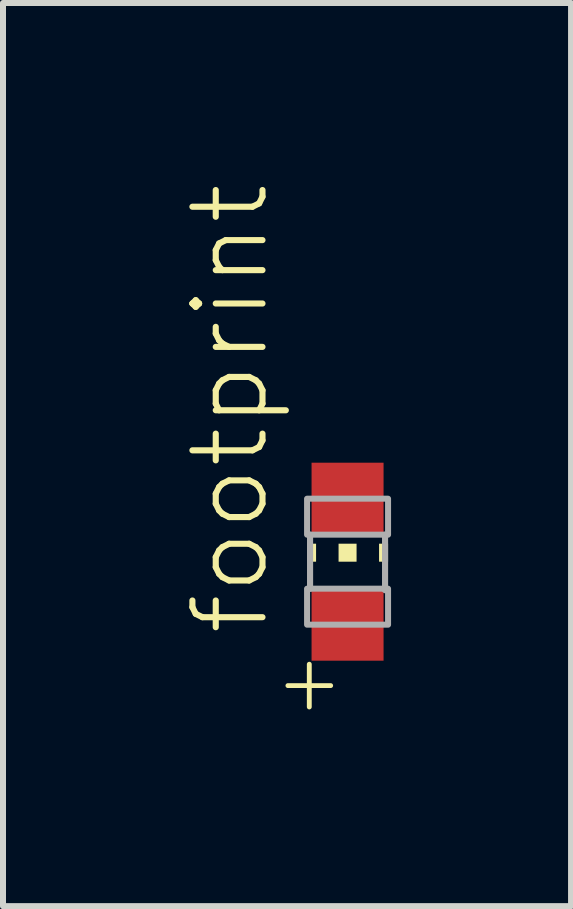
<source format=kicad_pcb>
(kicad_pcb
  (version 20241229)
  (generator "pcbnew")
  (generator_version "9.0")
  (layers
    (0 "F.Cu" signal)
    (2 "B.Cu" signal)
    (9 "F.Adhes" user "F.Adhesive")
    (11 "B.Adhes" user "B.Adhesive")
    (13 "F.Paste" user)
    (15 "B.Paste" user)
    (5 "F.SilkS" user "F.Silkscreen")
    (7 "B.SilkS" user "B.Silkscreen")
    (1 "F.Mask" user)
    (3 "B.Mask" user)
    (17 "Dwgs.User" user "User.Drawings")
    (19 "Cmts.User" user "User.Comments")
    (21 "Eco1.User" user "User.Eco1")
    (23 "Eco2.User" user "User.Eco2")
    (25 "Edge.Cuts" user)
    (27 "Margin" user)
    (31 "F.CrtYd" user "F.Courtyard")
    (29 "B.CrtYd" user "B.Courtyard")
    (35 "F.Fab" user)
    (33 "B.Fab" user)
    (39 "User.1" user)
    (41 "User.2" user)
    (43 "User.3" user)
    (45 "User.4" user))
  (footprint "footprint"
    (layer "F.Cu")
    (at 2.743 6.312)
    (property "Reference" "footprint" (at -1.27 1.27 90) (layer "F.SilkS") (effects (font (size 1.168 1.168) (thickness 0.102)) (justify left bottom)))
    (fp_poly (pts (xy -0.675 0) (xy -0.525 0) (xy -0.525 -0.3) (xy -0.675 -0.3)) (stroke (width 0) (type solid)) (fill yes) (layer "F.SilkS"))
    (fp_poly (pts (xy -0.15 0) (xy 0.15 0) (xy 0.15 -0.3) (xy -0.15 -0.3)) (stroke (width 0) (type solid)) (fill yes) (layer "F.SilkS"))
    (fp_poly (pts (xy 0.525 0) (xy 0.675 0) (xy 0.675 -0.3) (xy 0.525 -0.3)) (stroke (width 0) (type solid)) (fill yes) (layer "F.SilkS"))
    (fp_line (start -0.625 -0.45) (end -0.625 0.45) (stroke (width 0.102) (type solid)) (layer "F.Fab"))
    (fp_line (start 0.625 -0.45) (end 0.625 0.475) (stroke (width 0.102) (type solid)) (layer "F.Fab"))
    (fp_poly (pts (xy -0.675 -0.45) (xy 0.675 -0.45) (xy 0.675 -1.05) (xy -0.675 -1.05)) (stroke (width 0.1) (type solid)) (fill no) (layer "F.Fab"))
    (fp_poly (pts (xy -0.675 1.05) (xy 0.675 1.05) (xy 0.675 0.45) (xy -0.675 0.45)) (stroke (width 0.1) (type solid)) (fill no) (layer "F.Fab"))
    (fp_text user "+" (at -1.27 2.54 0) (layer "F.SilkS") (effects (font (size 0.935 0.935) (thickness 0.081)) (justify left bottom)))
    (pad "A" smd rect (at 0 1.05) (size 1.2 1.2) (layers "F.Cu" "F.Mask" "F.Paste"))
    (pad "C" smd rect (at 0 -1.05) (size 1.2 1.2) (layers "F.Cu" "F.Mask" "F.Paste")))
  (gr_rect
    (start -3 -3)
    (end 6.468 12.053)
    (stroke (width 0.1) (type default))
    (fill no)
    (layer "Edge.Cuts")))
</source>
